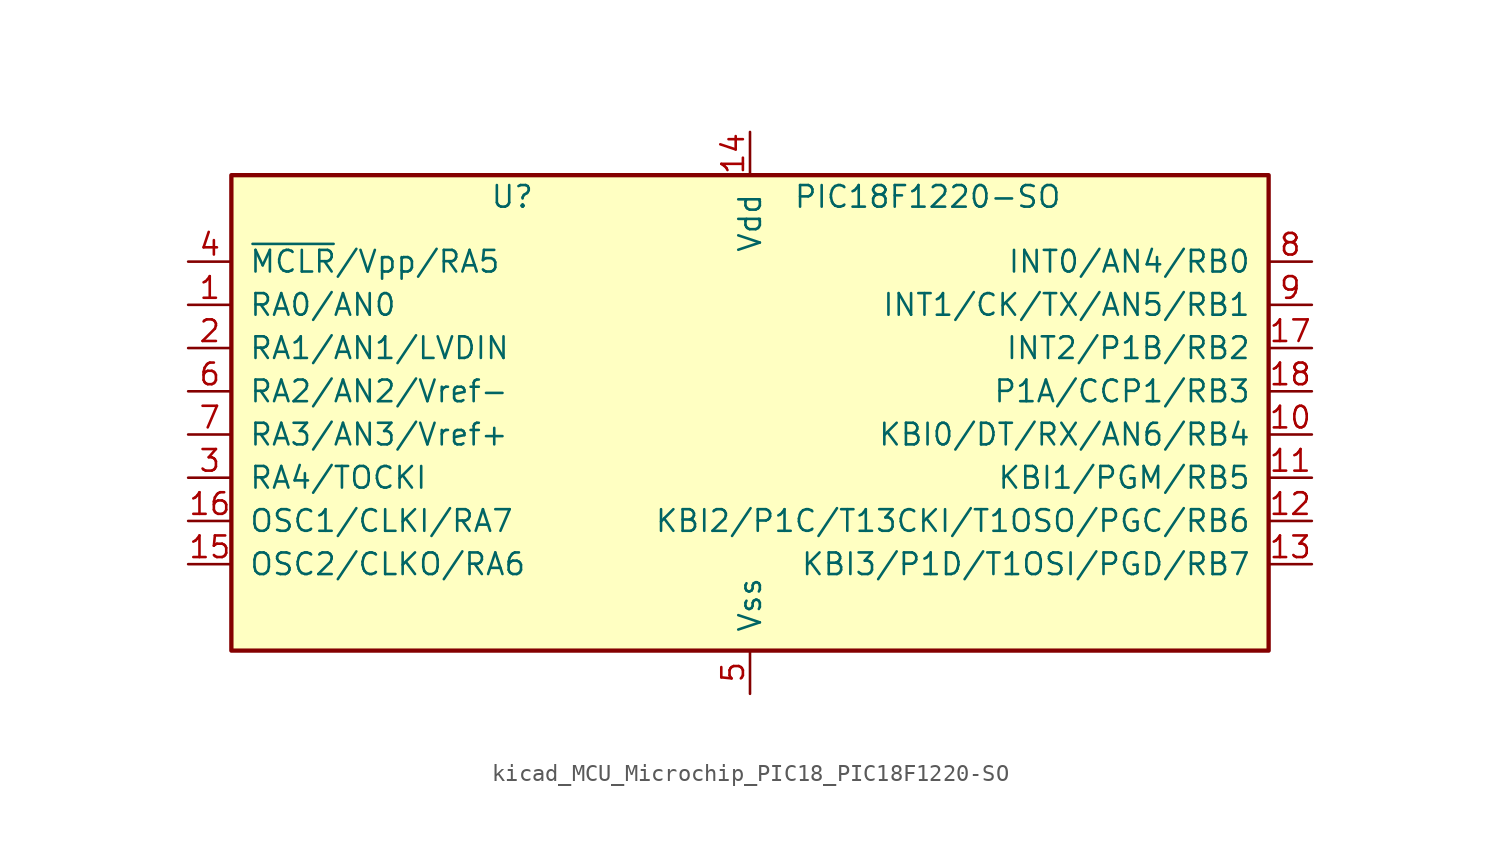
<source format=kicad_sym>
(kicad_symbol_lib
  (version 20220914)
  (generator kicad_symbol_editor)
  (symbol "kicad_MCU_Microchip_PIC18_PIC18F1220-SO"
    (pin_names
      (offset 1.016))
    (property "Reference" "U"
      (at -13.97 13.97 0)
      (effects (font (size 1.27 1.27))))
    (property "Value" "PIC18F1220-SO"
      (at 2.54 13.97 0)
      (effects (font (size 1.27 1.27)) (justify left)))
    (symbol "kicad_MCU_Microchip_PIC18_PIC18F1220-SO_0_1"
      (rectangle (start -30.48 15.24) (end 30.48 -12.7) (stroke (width 0.254) (type default)) (fill (type background))))
    (symbol "kicad_MCU_Microchip_PIC18_PIC18F1220-SO_1_1"
      (pin input line (at -33.02 7.62 0) (length 2.54) (name "RA0/AN0" (effects (font (size 1.27 1.27)))) (number "1" (effects (font (size 1.27 1.27)))))
      (pin input line (at 33.02 0 180) (length 2.54) (name "KBI0/DT/RX/AN6/RB4" (effects (font (size 1.27 1.27)))) (number "10" (effects (font (size 1.27 1.27)))))
      (pin input line (at 33.02 -2.54 180) (length 2.54) (name "KBI1/PGM/RB5" (effects (font (size 1.27 1.27)))) (number "11" (effects (font (size 1.27 1.27)))))
      (pin input line (at 33.02 -5.08 180) (length 2.54) (name "KBI2/P1C/T13CKI/T1OSO/PGC/RB6" (effects (font (size 1.27 1.27)))) (number "12" (effects (font (size 1.27 1.27)))))
      (pin input line (at 33.02 -7.62 180) (length 2.54) (name "KBI3/P1D/T1OSI/PGD/RB7" (effects (font (size 1.27 1.27)))) (number "13" (effects (font (size 1.27 1.27)))))
      (pin power_in line (at 0 17.78 270) (length 2.54) (name "Vdd" (effects (font (size 1.27 1.27)))) (number "14" (effects (font (size 1.27 1.27)))))
      (pin input line (at -33.02 -7.62 0) (length 2.54) (name "OSC2/CLKO/RA6" (effects (font (size 1.27 1.27)))) (number "15" (effects (font (size 1.27 1.27)))))
      (pin input line (at -33.02 -5.08 0) (length 2.54) (name "OSC1/CLKI/RA7" (effects (font (size 1.27 1.27)))) (number "16" (effects (font (size 1.27 1.27)))))
      (pin input line (at 33.02 5.08 180) (length 2.54) (name "INT2/P1B/RB2" (effects (font (size 1.27 1.27)))) (number "17" (effects (font (size 1.27 1.27)))))
      (pin input line (at 33.02 2.54 180) (length 2.54) (name "P1A/CCP1/RB3" (effects (font (size 1.27 1.27)))) (number "18" (effects (font (size 1.27 1.27)))))
      (pin input line (at -33.02 5.08 0) (length 2.54) (name "RA1/AN1/LVDIN" (effects (font (size 1.27 1.27)))) (number "2" (effects (font (size 1.27 1.27)))))
      (pin input line (at -33.02 -2.54 0) (length 2.54) (name "RA4/TOCKI" (effects (font (size 1.27 1.27)))) (number "3" (effects (font (size 1.27 1.27)))))
      (pin input line (at -33.02 10.16 0) (length 2.54) (name "~{MCLR}/Vpp/RA5" (effects (font (size 1.27 1.27)))) (number "4" (effects (font (size 1.27 1.27)))))
      (pin power_in line (at 0 -15.24 90) (length 2.54) (name "Vss" (effects (font (size 1.27 1.27)))) (number "5" (effects (font (size 1.27 1.27)))))
      (pin input line (at -33.02 2.54 0) (length 2.54) (name "RA2/AN2/Vref-" (effects (font (size 1.27 1.27)))) (number "6" (effects (font (size 1.27 1.27)))))
      (pin input line (at -33.02 0 0) (length 2.54) (name "RA3/AN3/Vref+" (effects (font (size 1.27 1.27)))) (number "7" (effects (font (size 1.27 1.27)))))
      (pin input line (at 33.02 10.16 180) (length 2.54) (name "INT0/AN4/RB0" (effects (font (size 1.27 1.27)))) (number "8" (effects (font (size 1.27 1.27)))))
      (pin input line (at 33.02 7.62 180) (length 2.54) (name "INT1/CK/TX/AN5/RB1" (effects (font (size 1.27 1.27)))) (number "9" (effects (font (size 1.27 1.27))))))))
</source>
